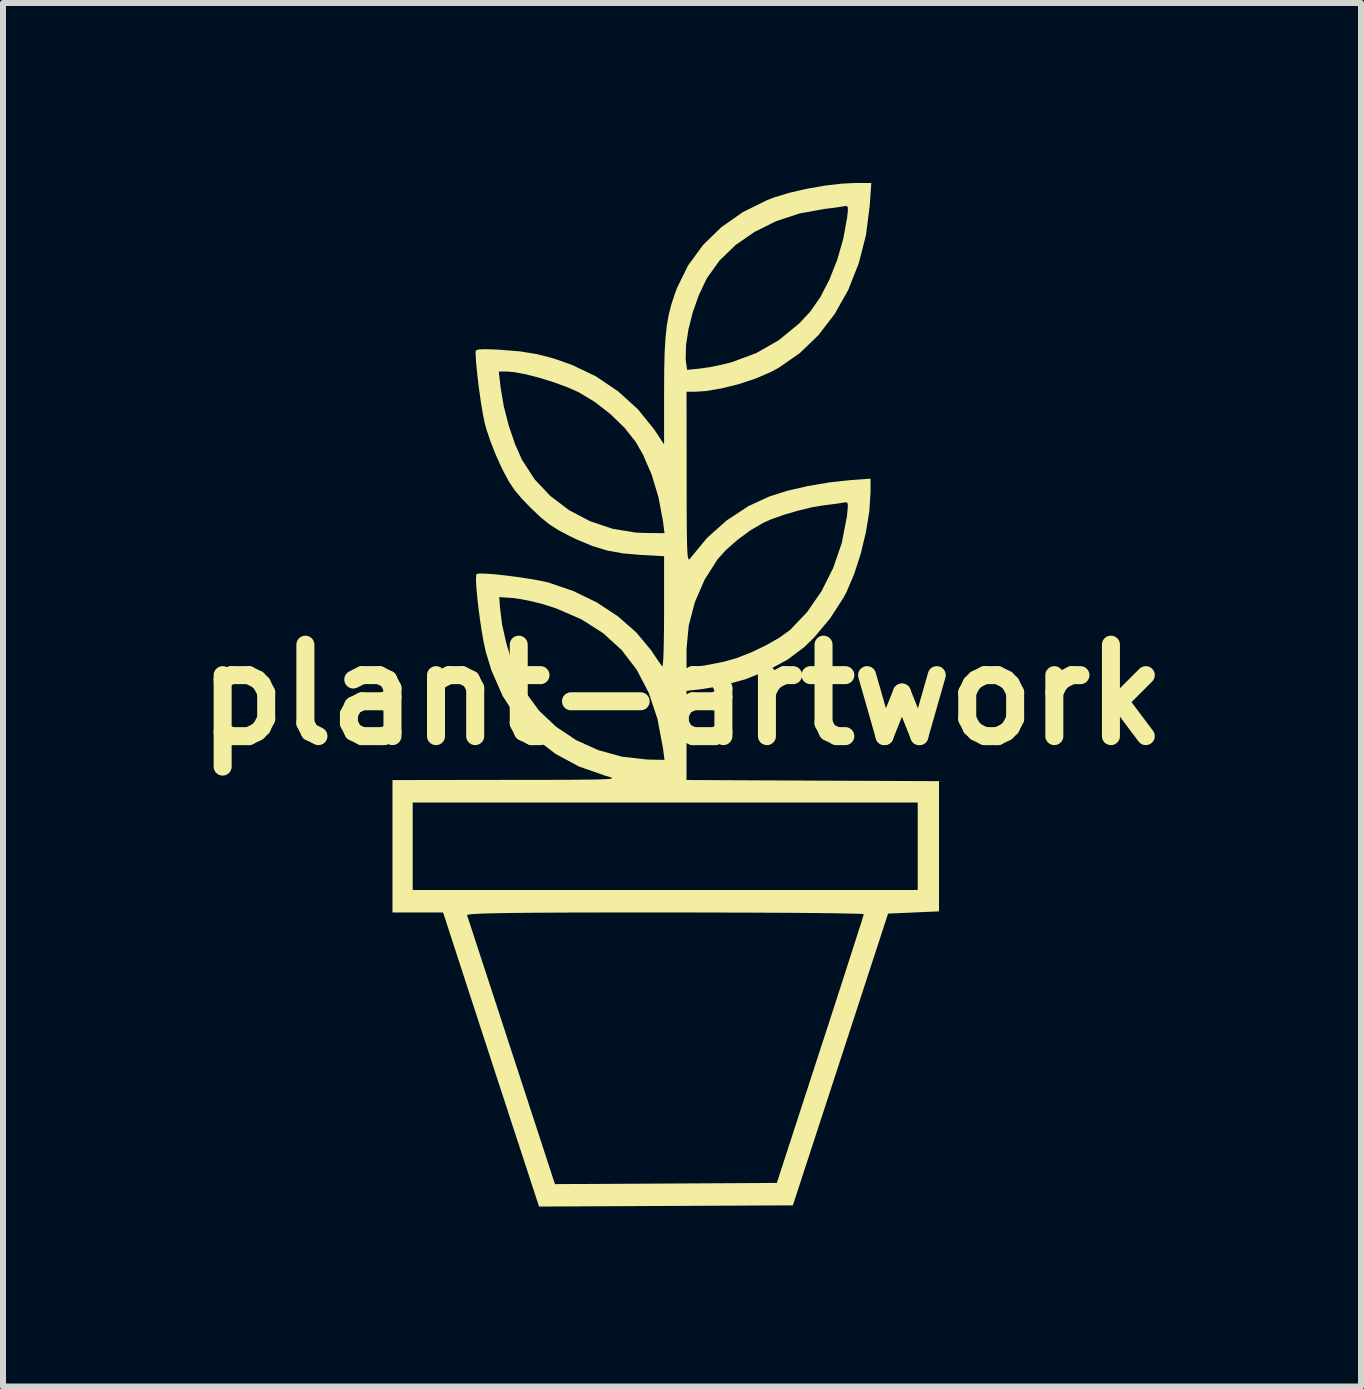
<source format=kicad_pcb>
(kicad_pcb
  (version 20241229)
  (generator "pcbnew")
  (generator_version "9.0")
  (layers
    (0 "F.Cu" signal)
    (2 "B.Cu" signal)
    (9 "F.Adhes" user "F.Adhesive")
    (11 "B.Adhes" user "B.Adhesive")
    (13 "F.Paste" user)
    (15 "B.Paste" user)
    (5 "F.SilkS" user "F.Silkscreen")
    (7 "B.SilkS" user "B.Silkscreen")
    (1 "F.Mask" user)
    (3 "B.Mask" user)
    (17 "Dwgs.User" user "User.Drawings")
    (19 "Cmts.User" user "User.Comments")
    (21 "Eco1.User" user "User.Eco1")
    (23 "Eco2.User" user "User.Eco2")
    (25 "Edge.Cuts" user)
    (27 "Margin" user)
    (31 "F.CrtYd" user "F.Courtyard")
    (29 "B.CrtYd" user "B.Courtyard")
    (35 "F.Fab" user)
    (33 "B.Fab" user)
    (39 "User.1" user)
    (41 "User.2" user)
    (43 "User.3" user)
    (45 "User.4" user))
  (footprint "plant-artwork"
    (layer "F.Cu")
    (at 8.317 8.529)
    (property "Reference" "plant-artwork" (at 0 0 0) (layer "F.SilkS") (effects (font (size 1.524 1.524) (thickness 0.3))))
    (attr board_only exclude_from_pos_files exclude_from_bom)
    (fp_poly (pts (xy 3.129 -8.16) (xy 3.066 -7.661) (xy 2.945 -7.189) (xy 2.771 -6.749) (xy 2.546 -6.349) (xy 2.275 -5.995) (xy 1.962 -5.693) (xy 1.61 -5.449) (xy 1.478 -5.378) (xy 1.229 -5.271) (xy 0.949 -5.178) (xy 0.665 -5.107) (xy 0.399 -5.062) (xy 0.218 -5.05) (xy 0.075 -5.05) (xy 0.077 -3.619) (xy 0.077 -3.255) (xy 0.078 -2.959) (xy 0.08 -2.725) (xy 0.083 -2.546) (xy 0.087 -2.417) (xy 0.093 -2.33) (xy 0.101 -2.278) (xy 0.111 -2.257) (xy 0.124 -2.258) (xy 0.139 -2.276) (xy 0.142 -2.28) (xy 0.415 -2.612) (xy 0.742 -2.904) (xy 1.107 -3.144) (xy 1.459 -3.306) (xy 1.753 -3.399) (xy 2.096 -3.478) (xy 2.462 -3.54) (xy 2.796 -3.576) (xy 3.142 -3.602) (xy 3.142 -3.381) (xy 3.122 -3.062) (xy 3.065 -2.711) (xy 2.979 -2.353) (xy 2.869 -2.011) (xy 2.741 -1.711) (xy 2.69 -1.616) (xy 2.466 -1.27) (xy 2.202 -0.955) (xy 2.033 -0.79) (xy 1.758 -0.585) (xy 1.426 -0.405) (xy 1.056 -0.258) (xy 0.663 -0.149) (xy 0.309 -0.091) (xy 0.075 -0.065) (xy 0.075 1.421) (xy 2.179 1.431) (xy 4.283 1.44) (xy 4.283 3.61) (xy 3.859 3.629) (xy 3.434 3.647) (xy 2.641 6.079) (xy 1.847 8.51) (xy -0.268 8.52) (xy -2.383 8.53) (xy -2.741 7.435) (xy -2.843 7.125) (xy -2.961 6.762) (xy -3.091 6.366) (xy -3.225 5.954) (xy -3.358 5.547) (xy -3.483 5.162) (xy -3.541 4.985) (xy -3.967 3.675) (xy -3.583 3.675) (xy -3.569 3.718) (xy -3.533 3.826) (xy -3.478 3.993) (xy -3.407 4.212) (xy -3.32 4.477) (xy -3.22 4.783) (xy -3.109 5.122) (xy -2.989 5.489) (xy -2.862 5.878) (xy -2.842 5.939) (xy -2.118 8.156) (xy 1.58 8.136) (xy 2.304 5.91) (xy 2.432 5.519) (xy 2.552 5.148) (xy 2.663 4.805) (xy 2.763 4.495) (xy 2.85 4.224) (xy 2.922 3.999) (xy 2.978 3.826) (xy 3.014 3.71) (xy 3.029 3.659) (xy 3.029 3.657) (xy 2.993 3.652) (xy 2.887 3.649) (xy 2.717 3.645) (xy 2.488 3.641) (xy 2.206 3.638) (xy 1.875 3.635) (xy 1.501 3.633) (xy 1.09 3.631) (xy 0.646 3.63) (xy 0.176 3.629) (xy -0.285 3.629) (xy -0.878 3.629) (xy -1.401 3.629) (xy -1.857 3.63) (xy -2.25 3.632) (xy -2.583 3.634) (xy -2.861 3.637) (xy -3.088 3.641) (xy -3.266 3.645) (xy -3.401 3.65) (xy -3.496 3.656) (xy -3.554 3.663) (xy -3.581 3.671) (xy -3.583 3.675) (xy -3.967 3.675) (xy -3.983 3.629) (xy -4.826 3.629) (xy -4.826 3.254) (xy -4.489 3.254) (xy 3.928 3.254) (xy 3.928 1.796) (xy -4.489 1.796) (xy -4.489 3.254) (xy -4.826 3.254) (xy -4.826 1.422) (xy -2.927 1.419) (xy -2.502 1.419) (xy -2.147 1.418) (xy -1.856 1.417) (xy -1.624 1.415) (xy -1.445 1.413) (xy -1.315 1.409) (xy -1.229 1.405) (xy -1.18 1.399) (xy -1.164 1.391) (xy -1.175 1.381) (xy -1.208 1.369) (xy -1.259 1.355) (xy -1.277 1.35) (xy -1.718 1.196) (xy -2.111 0.984) (xy -2.455 0.717) (xy -2.748 0.395) (xy -2.989 0.021) (xy -3.176 -0.404) (xy -3.271 -0.718) (xy -3.304 -0.865) (xy -3.336 -1.045) (xy -3.366 -1.244) (xy -3.393 -1.446) (xy -3.413 -1.627) (xy -3.046 -1.627) (xy -3.035 -1.459) (xy -2.998 -1.166) (xy -2.926 -0.848) (xy -2.829 -0.532) (xy -2.713 -0.243) (xy -2.612 -0.048) (xy -2.382 0.266) (xy -2.097 0.535) (xy -1.766 0.756) (xy -1.397 0.923) (xy -0.999 1.033) (xy -0.58 1.08) (xy -0.53 1.081) (xy -0.292 1.085) (xy -0.318 0.888) (xy -0.41 0.401) (xy -0.555 -0.033) (xy -0.754 -0.415) (xy -0.776 -0.444) (xy 0.075 -0.444) (xy 0.253 -0.469) (xy 0.385 -0.49) (xy 0.551 -0.521) (xy 0.692 -0.549) (xy 0.91 -0.611) (xy 1.153 -0.706) (xy 1.396 -0.822) (xy 1.616 -0.947) (xy 1.789 -1.071) (xy 1.806 -1.085) (xy 2.084 -1.377) (xy 2.324 -1.724) (xy 2.519 -2.112) (xy 2.662 -2.529) (xy 2.746 -2.961) (xy 2.749 -2.985) (xy 2.762 -3.112) (xy 2.763 -3.181) (xy 2.745 -3.207) (xy 2.706 -3.206) (xy 2.688 -3.202) (xy 2.603 -3.188) (xy 2.476 -3.171) (xy 2.376 -3.159) (xy 2.172 -3.126) (xy 1.936 -3.069) (xy 1.696 -2.999) (xy 1.481 -2.922) (xy 1.353 -2.865) (xy 1.14 -2.74) (xy 0.926 -2.583) (xy 0.734 -2.414) (xy 0.591 -2.256) (xy 0.376 -1.917) (xy 0.214 -1.543) (xy 0.112 -1.154) (xy 0.075 -0.767) (xy 0.075 -0.756) (xy 0.075 -0.444) (xy -0.776 -0.444) (xy -1.006 -0.745) (xy -1.314 -1.026) (xy -1.677 -1.257) (xy -2.097 -1.439) (xy -2.321 -1.511) (xy -2.496 -1.555) (xy -2.673 -1.591) (xy -2.818 -1.612) (xy -2.843 -1.614) (xy -3.046 -1.627) (xy -3.413 -1.627) (xy -3.414 -1.637) (xy -3.429 -1.803) (xy -3.434 -1.93) (xy -3.429 -2.002) (xy -3.424 -2.012) (xy -3.376 -2.021) (xy -3.268 -2.018) (xy -3.118 -2.007) (xy -2.939 -1.988) (xy -2.747 -1.963) (xy -2.558 -1.935) (xy -2.386 -1.905) (xy -2.247 -1.875) (xy -2.23 -1.871) (xy -1.812 -1.729) (xy -1.421 -1.539) (xy -1.067 -1.306) (xy -0.763 -1.039) (xy -0.518 -0.745) (xy -0.502 -0.721) (xy -0.426 -0.608) (xy -0.363 -0.517) (xy -0.329 -0.47) (xy -0.329 -0.469) (xy -0.321 -0.495) (xy -0.313 -0.586) (xy -0.307 -0.733) (xy -0.303 -0.926) (xy -0.3 -1.156) (xy -0.299 -1.371) (xy -0.299 -2.309) (xy -0.683 -2.33) (xy -0.984 -2.356) (xy -1.244 -2.403) (xy -1.492 -2.478) (xy -1.757 -2.589) (xy -1.87 -2.643) (xy -2.056 -2.741) (xy -2.208 -2.838) (xy -2.352 -2.954) (xy -2.514 -3.107) (xy -2.53 -3.123) (xy -2.68 -3.279) (xy -2.793 -3.414) (xy -2.886 -3.554) (xy -2.978 -3.726) (xy -3.023 -3.818) (xy -3.111 -4.015) (xy -3.194 -4.228) (xy -3.261 -4.426) (xy -3.288 -4.526) (xy -3.32 -4.682) (xy -3.353 -4.883) (xy -3.385 -5.108) (xy -3.412 -5.332) (xy -3.417 -5.387) (xy -3.054 -5.387) (xy -3.023 -5.116) (xy -2.971 -4.811) (xy -2.889 -4.489) (xy -2.784 -4.179) (xy -2.666 -3.913) (xy -2.665 -3.912) (xy -2.458 -3.592) (xy -2.194 -3.312) (xy -1.883 -3.077) (xy -1.535 -2.893) (xy -1.158 -2.766) (xy -0.764 -2.702) (xy -0.604 -2.696) (xy -0.292 -2.693) (xy -0.317 -2.89) (xy -0.391 -3.286) (xy -0.505 -3.666) (xy -0.653 -4.008) (xy -0.774 -4.217) (xy -0.959 -4.45) (xy -1.195 -4.679) (xy -1.458 -4.883) (xy -1.727 -5.044) (xy -1.733 -5.047) (xy -1.922 -5.13) (xy -2.143 -5.21) (xy -2.375 -5.282) (xy -2.598 -5.339) (xy -2.791 -5.376) (xy -2.916 -5.387) (xy -3.054 -5.387) (xy -3.417 -5.387) (xy -3.432 -5.535) (xy -3.441 -5.692) (xy -3.442 -5.72) (xy -3.429 -5.742) (xy -3.385 -5.755) (xy -3.298 -5.759) (xy -3.155 -5.756) (xy -3.021 -5.749) (xy -2.694 -5.722) (xy -2.408 -5.675) (xy -2.13 -5.602) (xy -1.834 -5.497) (xy -1.434 -5.306) (xy -1.064 -5.056) (xy -0.736 -4.758) (xy -0.463 -4.421) (xy -0.44 -4.386) (xy -0.299 -4.173) (xy -0.299 -5.057) (xy -0.297 -5.413) (xy -0.293 -5.588) (xy 0.061 -5.588) (xy 0.068 -5.529) (xy 0.085 -5.415) (xy 0.312 -5.438) (xy 0.468 -5.461) (xy 0.653 -5.499) (xy 0.821 -5.54) (xy 1.237 -5.694) (xy 1.617 -5.912) (xy 1.956 -6.191) (xy 2.139 -6.388) (xy 2.305 -6.627) (xy 2.457 -6.921) (xy 2.587 -7.251) (xy 2.687 -7.598) (xy 2.75 -7.944) (xy 2.751 -7.945) (xy 2.764 -8.065) (xy 2.763 -8.126) (xy 2.741 -8.147) (xy 2.695 -8.141) (xy 2.689 -8.14) (xy 2.603 -8.126) (xy 2.476 -8.109) (xy 2.376 -8.097) (xy 1.961 -8.022) (xy 1.569 -7.893) (xy 1.21 -7.715) (xy 0.892 -7.495) (xy 0.625 -7.237) (xy 0.418 -6.948) (xy 0.403 -6.92) (xy 0.28 -6.66) (xy 0.18 -6.377) (xy 0.107 -6.091) (xy 0.066 -5.821) (xy 0.061 -5.588) (xy -0.293 -5.588) (xy -0.29 -5.707) (xy -0.275 -5.952) (xy -0.253 -6.159) (xy -0.22 -6.343) (xy -0.175 -6.515) (xy -0.117 -6.689) (xy -0.083 -6.782) (xy 0.103 -7.158) (xy 0.351 -7.497) (xy 0.657 -7.794) (xy 1.015 -8.045) (xy 1.421 -8.245) (xy 1.536 -8.289) (xy 1.782 -8.364) (xy 2.07 -8.431) (xy 2.371 -8.484) (xy 2.656 -8.518) (xy 2.874 -8.529) (xy 3.154 -8.529)) (stroke (width 0) (type solid)) (fill yes) (layer "F.SilkS")))
  (gr_rect
    (start -3 -3)
    (end 19.633 20.059)
    (stroke (width 0.1) (type default))
    (fill no)
    (layer "Edge.Cuts")))
</source>
